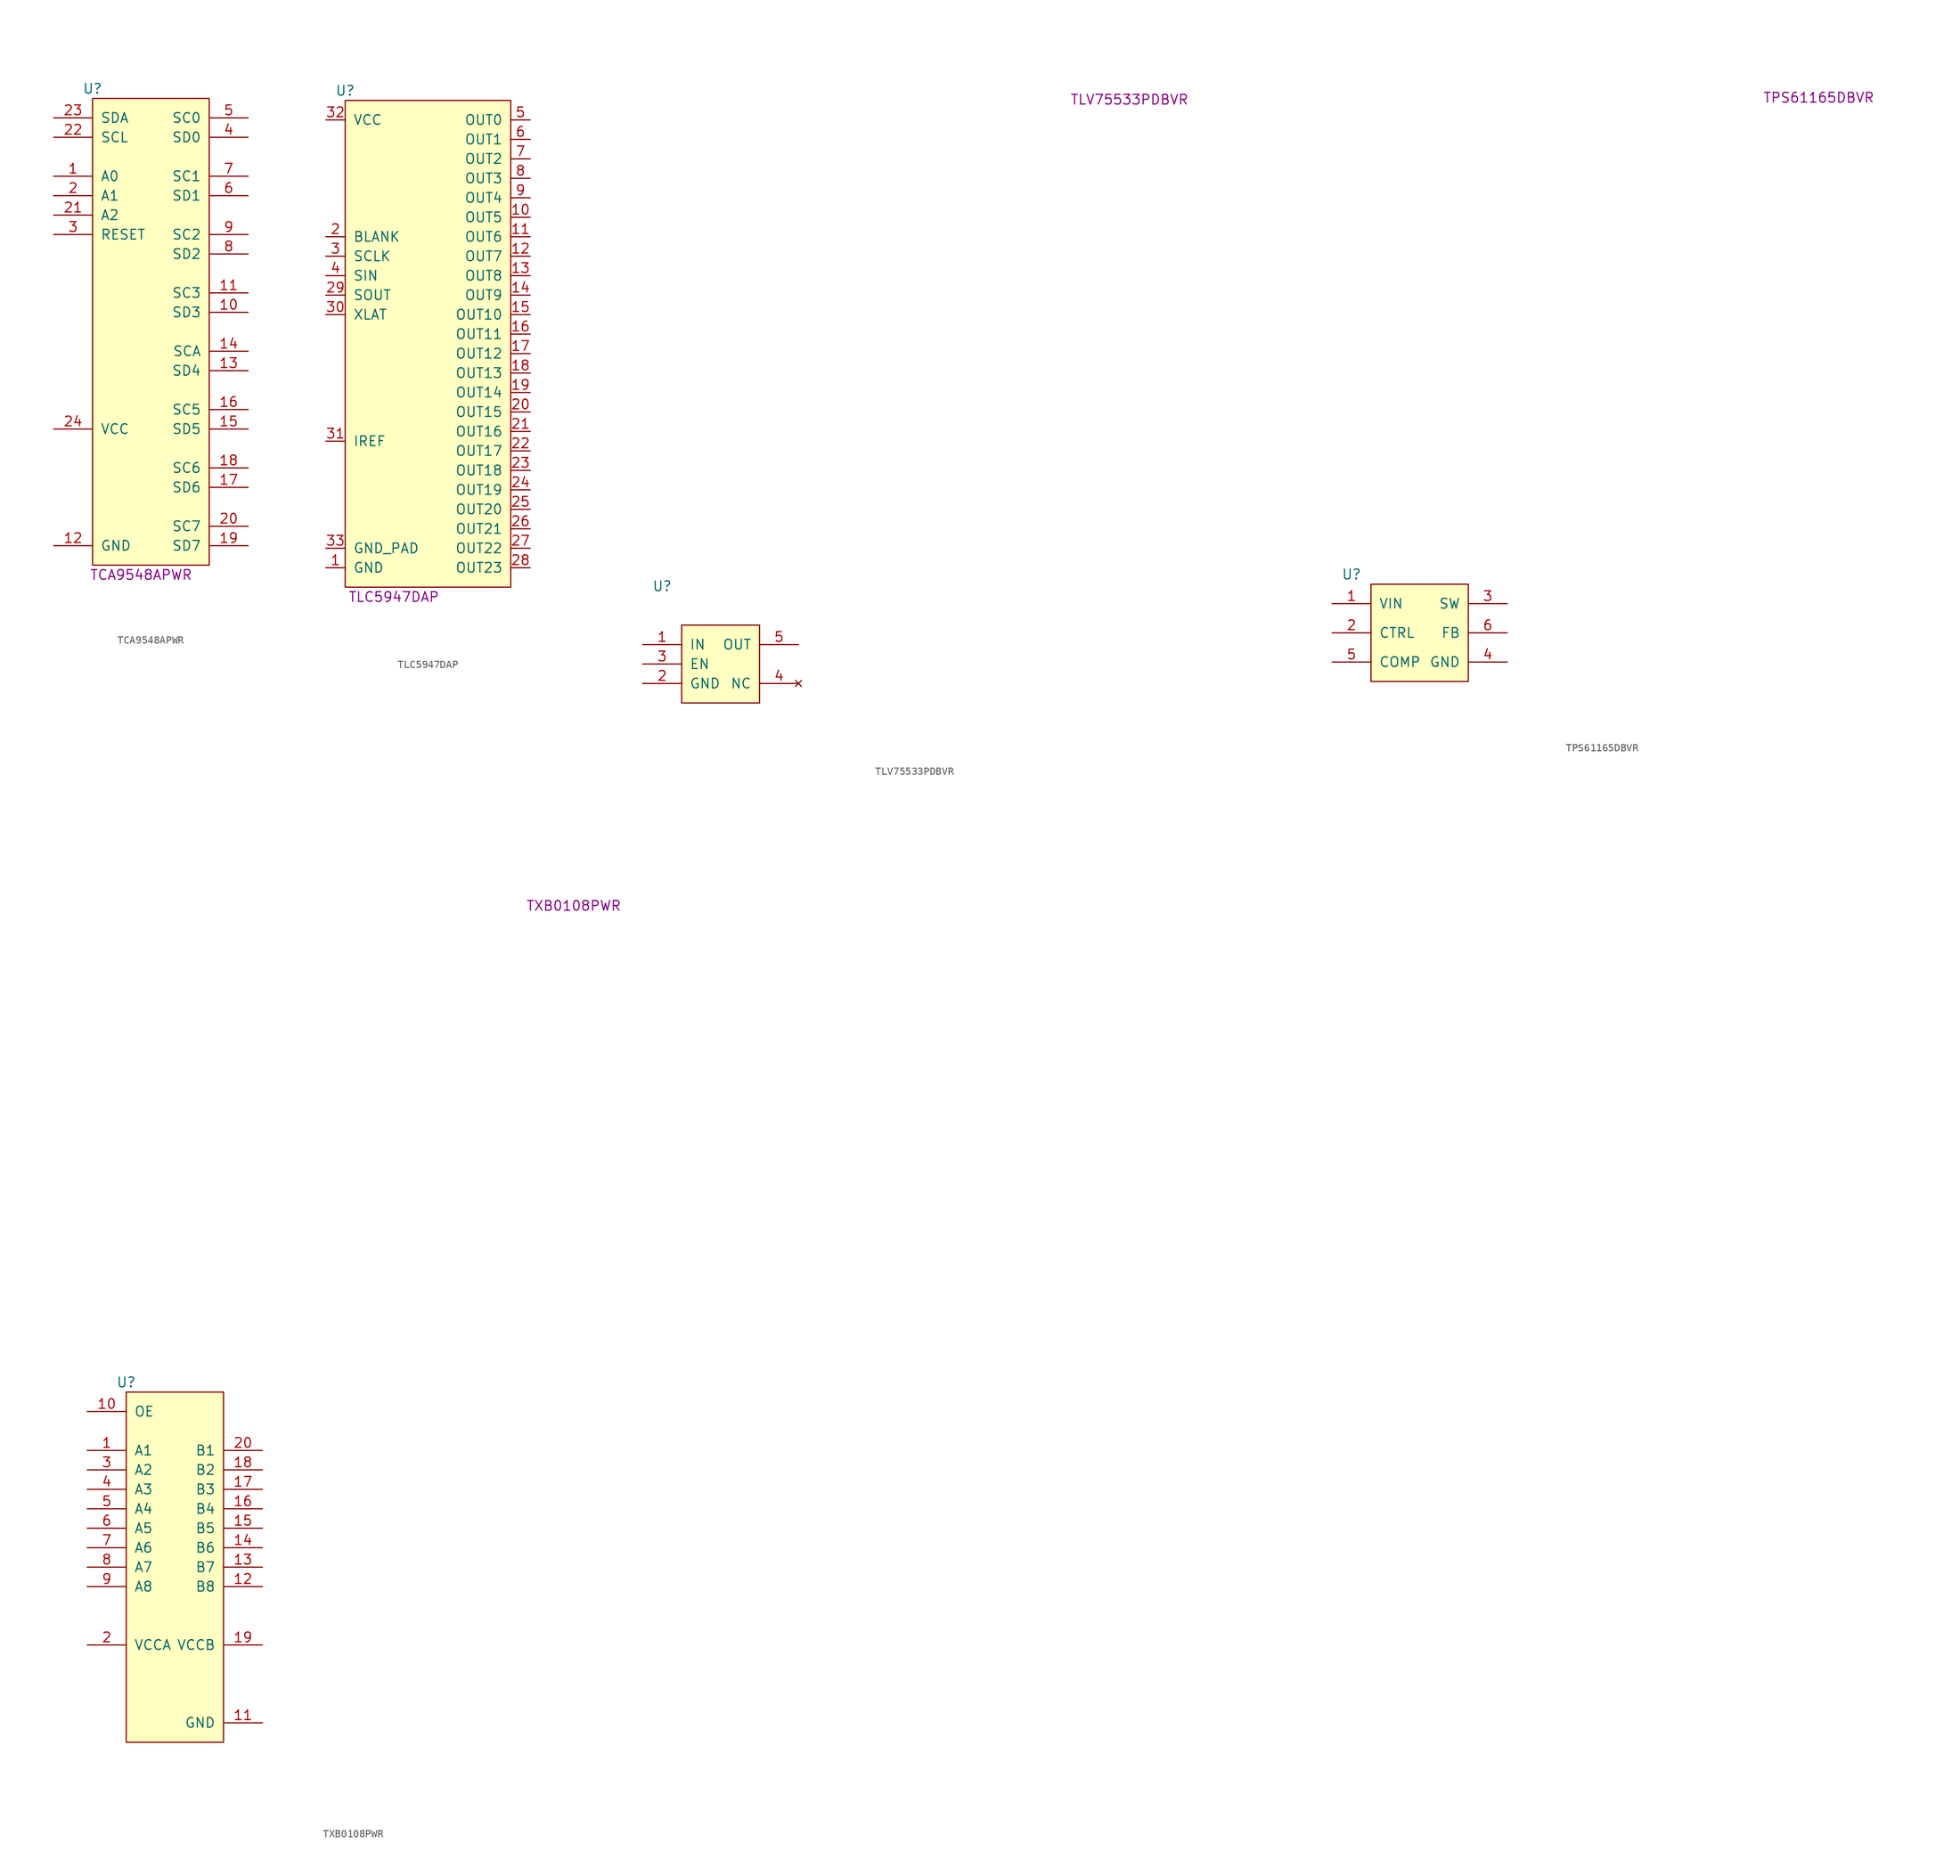
<source format=kicad_sym>
(kicad_symbol_lib
  (version 20220914)
  (generator kicad_symbol_editor)
  (symbol "TCA9548APWR"
    (pin_names
      (offset 1.016))
    (property "Reference" "U"
      (at 0 1.27 0)
      (effects (font (size 1.27 1.27))))
    (property "_Value_" "TCA9548APWR"
      (at 6.35 -62.23 0)
      (effects (font (size 1.27 1.27))))
    (symbol "TCA9548APWR_0_1"
      (rectangle (start 0 0) (end 15.24 -60.96) (stroke (width 0) (type default)) (fill (type background))))
    (symbol "TCA9548APWR_1_1"
      (pin input line (at -5.08 -10.16 0) (length 5.08) (name "A0" (effects (font (size 1.27 1.27)))) (number "1" (effects (font (size 1.27 1.27)))))
      (pin bidirectional line (at 20.32 -27.94 180) (length 5.08) (name "SD3" (effects (font (size 1.27 1.27)))) (number "10" (effects (font (size 1.27 1.27)))))
      (pin output line (at 20.32 -25.4 180) (length 5.08) (name "SC3" (effects (font (size 1.27 1.27)))) (number "11" (effects (font (size 1.27 1.27)))))
      (pin passive line (at -5.08 -58.42 0) (length 5.08) (name "GND" (effects (font (size 1.27 1.27)))) (number "12" (effects (font (size 1.27 1.27)))))
      (pin bidirectional line (at 20.32 -35.56 180) (length 5.08) (name "SD4" (effects (font (size 1.27 1.27)))) (number "13" (effects (font (size 1.27 1.27)))))
      (pin output line (at 20.32 -33.02 180) (length 5.08) (name "SCA" (effects (font (size 1.27 1.27)))) (number "14" (effects (font (size 1.27 1.27)))))
      (pin bidirectional line (at 20.32 -43.18 180) (length 5.08) (name "SD5" (effects (font (size 1.27 1.27)))) (number "15" (effects (font (size 1.27 1.27)))))
      (pin output line (at 20.32 -40.64 180) (length 5.08) (name "SC5" (effects (font (size 1.27 1.27)))) (number "16" (effects (font (size 1.27 1.27)))))
      (pin bidirectional line (at 20.32 -50.8 180) (length 5.08) (name "SD6" (effects (font (size 1.27 1.27)))) (number "17" (effects (font (size 1.27 1.27)))))
      (pin output line (at 20.32 -48.26 180) (length 5.08) (name "SC6" (effects (font (size 1.27 1.27)))) (number "18" (effects (font (size 1.27 1.27)))))
      (pin bidirectional line (at 20.32 -58.42 180) (length 5.08) (name "SD7" (effects (font (size 1.27 1.27)))) (number "19" (effects (font (size 1.27 1.27)))))
      (pin input line (at -5.08 -12.7 0) (length 5.08) (name "A1" (effects (font (size 1.27 1.27)))) (number "2" (effects (font (size 1.27 1.27)))))
      (pin output line (at 20.32 -55.88 180) (length 5.08) (name "SC7" (effects (font (size 1.27 1.27)))) (number "20" (effects (font (size 1.27 1.27)))))
      (pin input line (at -5.08 -15.24 0) (length 5.08) (name "A2" (effects (font (size 1.27 1.27)))) (number "21" (effects (font (size 1.27 1.27)))))
      (pin input line (at -5.08 -5.08 0) (length 5.08) (name "SCL" (effects (font (size 1.27 1.27)))) (number "22" (effects (font (size 1.27 1.27)))))
      (pin bidirectional line (at -5.08 -2.54 0) (length 5.08) (name "SDA" (effects (font (size 1.27 1.27)))) (number "23" (effects (font (size 1.27 1.27)))))
      (pin power_in line (at -5.08 -43.18 0) (length 5.08) (name "VCC" (effects (font (size 1.27 1.27)))) (number "24" (effects (font (size 1.27 1.27)))))
      (pin input line (at -5.08 -17.78 0) (length 5.08) (name "RESET" (effects (font (size 1.27 1.27)))) (number "3" (effects (font (size 1.27 1.27)))))
      (pin bidirectional line (at 20.32 -5.08 180) (length 5.08) (name "SD0" (effects (font (size 1.27 1.27)))) (number "4" (effects (font (size 1.27 1.27)))))
      (pin output line (at 20.32 -2.54 180) (length 5.08) (name "SC0" (effects (font (size 1.27 1.27)))) (number "5" (effects (font (size 1.27 1.27)))))
      (pin bidirectional line (at 20.32 -12.7 180) (length 5.08) (name "SD1" (effects (font (size 1.27 1.27)))) (number "6" (effects (font (size 1.27 1.27)))))
      (pin output line (at 20.32 -10.16 180) (length 5.08) (name "SC1" (effects (font (size 1.27 1.27)))) (number "7" (effects (font (size 1.27 1.27)))))
      (pin bidirectional line (at 20.32 -20.32 180) (length 5.08) (name "SD2" (effects (font (size 1.27 1.27)))) (number "8" (effects (font (size 1.27 1.27)))))
      (pin output line (at 20.32 -17.78 180) (length 5.08) (name "SC2" (effects (font (size 1.27 1.27)))) (number "9" (effects (font (size 1.27 1.27)))))))
  (symbol "TLC5947DAP"
    (pin_names
      (offset 1.016))
    (property "Reference" "U"
      (at 0 62.23 0)
      (effects (font (size 1.27 1.27))))
    (property "_Value_" "TLC5947DAP"
      (at 6.35 -3.81 0)
      (effects (font (size 1.27 1.27))))
    (symbol "TLC5947DAP_1_1"
      (rectangle (start 0 60.96) (end 21.59 -2.54) (stroke (width 0) (type default)) (fill (type background)))
      (pin input line (at -2.54 0 0) (length 2.54) (name "GND" (effects (font (size 1.27 1.27)))) (number "1" (effects (font (size 1.27 1.27)))))
      (pin output line (at 24.13 45.72 180) (length 2.54) (name "OUT5" (effects (font (size 1.27 1.27)))) (number "10" (effects (font (size 1.27 1.27)))))
      (pin output line (at 24.13 43.18 180) (length 2.54) (name "OUT6" (effects (font (size 1.27 1.27)))) (number "11" (effects (font (size 1.27 1.27)))))
      (pin output line (at 24.13 40.64 180) (length 2.54) (name "OUT7" (effects (font (size 1.27 1.27)))) (number "12" (effects (font (size 1.27 1.27)))))
      (pin output line (at 24.13 38.1 180) (length 2.54) (name "OUT8" (effects (font (size 1.27 1.27)))) (number "13" (effects (font (size 1.27 1.27)))))
      (pin output line (at 24.13 35.56 180) (length 2.54) (name "OUT9" (effects (font (size 1.27 1.27)))) (number "14" (effects (font (size 1.27 1.27)))))
      (pin output line (at 24.13 33.02 180) (length 2.54) (name "OUT10" (effects (font (size 1.27 1.27)))) (number "15" (effects (font (size 1.27 1.27)))))
      (pin output line (at 24.13 30.48 180) (length 2.54) (name "OUT11" (effects (font (size 1.27 1.27)))) (number "16" (effects (font (size 1.27 1.27)))))
      (pin output line (at 24.13 27.94 180) (length 2.54) (name "OUT12" (effects (font (size 1.27 1.27)))) (number "17" (effects (font (size 1.27 1.27)))))
      (pin output line (at 24.13 25.4 180) (length 2.54) (name "OUT13" (effects (font (size 1.27 1.27)))) (number "18" (effects (font (size 1.27 1.27)))))
      (pin output line (at 24.13 22.86 180) (length 2.54) (name "OUT14" (effects (font (size 1.27 1.27)))) (number "19" (effects (font (size 1.27 1.27)))))
      (pin input line (at -2.54 43.18 0) (length 2.54) (name "BLANK" (effects (font (size 1.27 1.27)))) (number "2" (effects (font (size 1.27 1.27)))))
      (pin output line (at 24.13 20.32 180) (length 2.54) (name "OUT15" (effects (font (size 1.27 1.27)))) (number "20" (effects (font (size 1.27 1.27)))))
      (pin output line (at 24.13 17.78 180) (length 2.54) (name "OUT16" (effects (font (size 1.27 1.27)))) (number "21" (effects (font (size 1.27 1.27)))))
      (pin output line (at 24.13 15.24 180) (length 2.54) (name "OUT17" (effects (font (size 1.27 1.27)))) (number "22" (effects (font (size 1.27 1.27)))))
      (pin output line (at 24.13 12.7 180) (length 2.54) (name "OUT18" (effects (font (size 1.27 1.27)))) (number "23" (effects (font (size 1.27 1.27)))))
      (pin output line (at 24.13 10.16 180) (length 2.54) (name "OUT19" (effects (font (size 1.27 1.27)))) (number "24" (effects (font (size 1.27 1.27)))))
      (pin output line (at 24.13 7.62 180) (length 2.54) (name "OUT20" (effects (font (size 1.27 1.27)))) (number "25" (effects (font (size 1.27 1.27)))))
      (pin output line (at 24.13 5.08 180) (length 2.54) (name "OUT21" (effects (font (size 1.27 1.27)))) (number "26" (effects (font (size 1.27 1.27)))))
      (pin output line (at 24.13 2.54 180) (length 2.54) (name "OUT22" (effects (font (size 1.27 1.27)))) (number "27" (effects (font (size 1.27 1.27)))))
      (pin output line (at 24.13 0 180) (length 2.54) (name "OUT23" (effects (font (size 1.27 1.27)))) (number "28" (effects (font (size 1.27 1.27)))))
      (pin output line (at -2.54 35.56 0) (length 2.54) (name "SOUT" (effects (font (size 1.27 1.27)))) (number "29" (effects (font (size 1.27 1.27)))))
      (pin input line (at -2.54 40.64 0) (length 2.54) (name "SCLK" (effects (font (size 1.27 1.27)))) (number "3" (effects (font (size 1.27 1.27)))))
      (pin input line (at -2.54 33.02 0) (length 2.54) (name "XLAT" (effects (font (size 1.27 1.27)))) (number "30" (effects (font (size 1.27 1.27)))))
      (pin input line (at -2.54 16.51 0) (length 2.54) (name "IREF" (effects (font (size 1.27 1.27)))) (number "31" (effects (font (size 1.27 1.27)))))
      (pin power_in line (at -2.54 58.42 0) (length 2.54) (name "VCC" (effects (font (size 1.27 1.27)))) (number "32" (effects (font (size 1.27 1.27)))))
      (pin passive line (at -2.54 2.54 0) (length 2.54) (name "GND_PAD" (effects (font (size 1.27 1.27)))) (number "33" (effects (font (size 1.27 1.27)))))
      (pin input line (at -2.54 38.1 0) (length 2.54) (name "SIN" (effects (font (size 1.27 1.27)))) (number "4" (effects (font (size 1.27 1.27)))))
      (pin output line (at 24.13 58.42 180) (length 2.54) (name "OUT0" (effects (font (size 1.27 1.27)))) (number "5" (effects (font (size 1.27 1.27)))))
      (pin output line (at 24.13 55.88 180) (length 2.54) (name "OUT1" (effects (font (size 1.27 1.27)))) (number "6" (effects (font (size 1.27 1.27)))))
      (pin output line (at 24.13 53.34 180) (length 2.54) (name "OUT2" (effects (font (size 1.27 1.27)))) (number "7" (effects (font (size 1.27 1.27)))))
      (pin output line (at 24.13 50.8 180) (length 2.54) (name "OUT3" (effects (font (size 1.27 1.27)))) (number "8" (effects (font (size 1.27 1.27)))))
      (pin output line (at 24.13 48.26 180) (length 2.54) (name "OUT4" (effects (font (size 1.27 1.27)))) (number "9" (effects (font (size 1.27 1.27)))))))
  (symbol "TLV75533PDBVR"
    (pin_names
      (offset 1.016))
    (property "Reference" "U"
      (at -2.54 0 0)
      (effects (font (size 1.27 1.27))))
    (property "_Value_" "TLV75533PDBVR"
      (at 58.42 63.5 0)
      (effects (font (size 1.27 1.27))))
    (symbol "TLV75533PDBVR_0_1"
      (rectangle (start 0 -5.08) (end 10.16 -15.24) (stroke (width 0) (type default)) (fill (type background))))
    (symbol "TLV75533PDBVR_1_1"
      (pin power_in line (at -5.08 -7.62 0) (length 5.08) (name "IN" (effects (font (size 1.27 1.27)))) (number "1" (effects (font (size 1.27 1.27)))))
      (pin passive line (at -5.08 -12.7 0) (length 5.08) (name "GND" (effects (font (size 1.27 1.27)))) (number "2" (effects (font (size 1.27 1.27)))))
      (pin input line (at -5.08 -10.16 0) (length 5.08) (name "EN" (effects (font (size 1.27 1.27)))) (number "3" (effects (font (size 1.27 1.27)))))
      (pin no_connect line (at 15.24 -12.7 180) (length 5.08) (name "NC" (effects (font (size 1.27 1.27)))) (number "4" (effects (font (size 1.27 1.27)))))
      (pin power_out line (at 15.24 -7.62 180) (length 5.08) (name "OUT" (effects (font (size 1.27 1.27)))) (number "5" (effects (font (size 1.27 1.27)))))))
  (symbol "TPS61165DBVR"
    (pin_names
      (offset 1.016))
    (property "Reference" "U"
      (at -2.54 1.27 0)
      (effects (font (size 1.27 1.27))))
    (property "_Value_" "TPS61165DBVR"
      (at 58.42 63.5 0)
      (effects (font (size 1.27 1.27))))
    (symbol "TPS61165DBVR_0_1"
      (rectangle (start 0 0) (end 12.7 -12.7) (stroke (width 0) (type default)) (fill (type background))))
    (symbol "TPS61165DBVR_1_1"
      (pin power_in line (at -5.08 -2.54 0) (length 5.08) (name "VIN" (effects (font (size 1.27 1.27)))) (number "1" (effects (font (size 1.27 1.27)))))
      (pin input line (at -5.08 -6.35 0) (length 5.08) (name "CTRL" (effects (font (size 1.27 1.27)))) (number "2" (effects (font (size 1.27 1.27)))))
      (pin power_out line (at 17.78 -2.54 180) (length 5.08) (name "SW" (effects (font (size 1.27 1.27)))) (number "3" (effects (font (size 1.27 1.27)))))
      (pin passive line (at 17.78 -10.16 180) (length 5.08) (name "GND" (effects (font (size 1.27 1.27)))) (number "4" (effects (font (size 1.27 1.27)))))
      (pin output line (at -5.08 -10.16 0) (length 5.08) (name "COMP" (effects (font (size 1.27 1.27)))) (number "5" (effects (font (size 1.27 1.27)))))
      (pin input line (at 17.78 -6.35 180) (length 5.08) (name "FB" (effects (font (size 1.27 1.27)))) (number "6" (effects (font (size 1.27 1.27)))))))
  (symbol "TXB0108PWR"
    (pin_names
      (offset 1.016))
    (property "Reference" "U"
      (at 0 1.27 0)
      (effects (font (size 1.27 1.27))))
    (property "_Value_" "TXB0108PWR"
      (at 58.42 63.5 0)
      (effects (font (size 1.27 1.27))))
    (symbol "TXB0108PWR_0_1"
      (rectangle (start 0 0) (end 12.7 -45.72) (stroke (width 0) (type default)) (fill (type background))))
    (symbol "TXB0108PWR_1_1"
      (pin bidirectional line (at -5.08 -7.62 0) (length 5.08) (name "A1" (effects (font (size 1.27 1.27)))) (number "1" (effects (font (size 1.27 1.27)))))
      (pin input line (at -5.08 -2.54 0) (length 5.08) (name "OE" (effects (font (size 1.27 1.27)))) (number "10" (effects (font (size 1.27 1.27)))))
      (pin passive line (at 17.78 -43.18 180) (length 5.08) (name "GND" (effects (font (size 1.27 1.27)))) (number "11" (effects (font (size 1.27 1.27)))))
      (pin bidirectional line (at 17.78 -25.4 180) (length 5.08) (name "B8" (effects (font (size 1.27 1.27)))) (number "12" (effects (font (size 1.27 1.27)))))
      (pin bidirectional line (at 17.78 -22.86 180) (length 5.08) (name "B7" (effects (font (size 1.27 1.27)))) (number "13" (effects (font (size 1.27 1.27)))))
      (pin bidirectional line (at 17.78 -20.32 180) (length 5.08) (name "B6" (effects (font (size 1.27 1.27)))) (number "14" (effects (font (size 1.27 1.27)))))
      (pin bidirectional line (at 17.78 -17.78 180) (length 5.08) (name "B5" (effects (font (size 1.27 1.27)))) (number "15" (effects (font (size 1.27 1.27)))))
      (pin bidirectional line (at 17.78 -15.24 180) (length 5.08) (name "B4" (effects (font (size 1.27 1.27)))) (number "16" (effects (font (size 1.27 1.27)))))
      (pin bidirectional line (at 17.78 -12.7 180) (length 5.08) (name "B3" (effects (font (size 1.27 1.27)))) (number "17" (effects (font (size 1.27 1.27)))))
      (pin bidirectional line (at 17.78 -10.16 180) (length 5.08) (name "B2" (effects (font (size 1.27 1.27)))) (number "18" (effects (font (size 1.27 1.27)))))
      (pin power_in line (at 17.78 -33.02 180) (length 5.08) (name "VCCB" (effects (font (size 1.27 1.27)))) (number "19" (effects (font (size 1.27 1.27)))))
      (pin power_in line (at -5.08 -33.02 0) (length 5.08) (name "VCCA" (effects (font (size 1.27 1.27)))) (number "2" (effects (font (size 1.27 1.27)))))
      (pin bidirectional line (at 17.78 -7.62 180) (length 5.08) (name "B1" (effects (font (size 1.27 1.27)))) (number "20" (effects (font (size 1.27 1.27)))))
      (pin bidirectional line (at -5.08 -10.16 0) (length 5.08) (name "A2" (effects (font (size 1.27 1.27)))) (number "3" (effects (font (size 1.27 1.27)))))
      (pin bidirectional line (at -5.08 -12.7 0) (length 5.08) (name "A3" (effects (font (size 1.27 1.27)))) (number "4" (effects (font (size 1.27 1.27)))))
      (pin bidirectional line (at -5.08 -15.24 0) (length 5.08) (name "A4" (effects (font (size 1.27 1.27)))) (number "5" (effects (font (size 1.27 1.27)))))
      (pin bidirectional line (at -5.08 -17.78 0) (length 5.08) (name "A5" (effects (font (size 1.27 1.27)))) (number "6" (effects (font (size 1.27 1.27)))))
      (pin bidirectional line (at -5.08 -20.32 0) (length 5.08) (name "A6" (effects (font (size 1.27 1.27)))) (number "7" (effects (font (size 1.27 1.27)))))
      (pin bidirectional line (at -5.08 -22.86 0) (length 5.08) (name "A7" (effects (font (size 1.27 1.27)))) (number "8" (effects (font (size 1.27 1.27)))))
      (pin bidirectional line (at -5.08 -25.4 0) (length 5.08) (name "A8" (effects (font (size 1.27 1.27)))) (number "9" (effects (font (size 1.27 1.27))))))))
</source>
